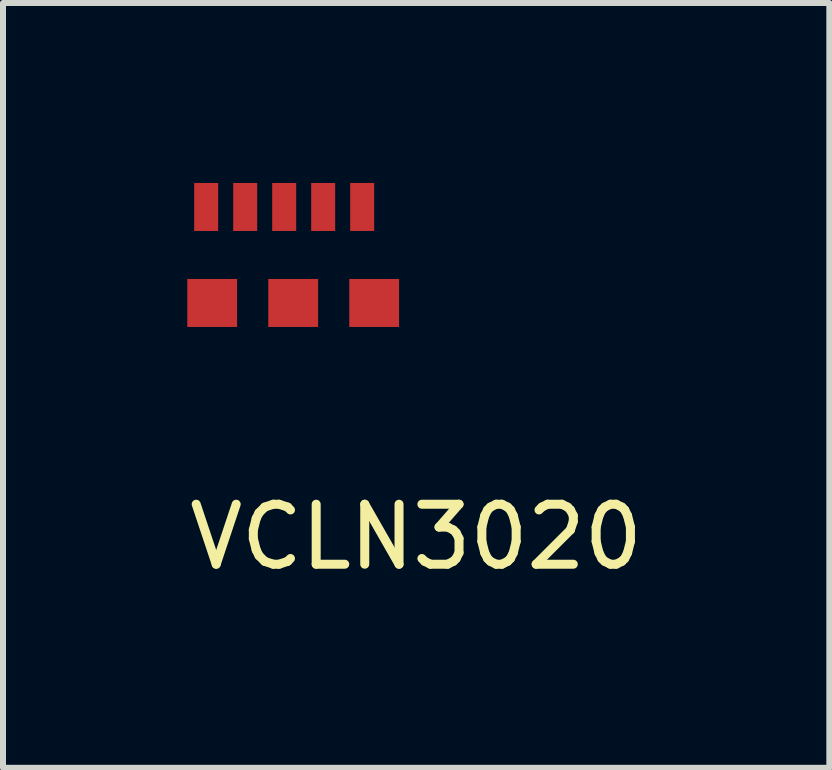
<source format=kicad_pcb>
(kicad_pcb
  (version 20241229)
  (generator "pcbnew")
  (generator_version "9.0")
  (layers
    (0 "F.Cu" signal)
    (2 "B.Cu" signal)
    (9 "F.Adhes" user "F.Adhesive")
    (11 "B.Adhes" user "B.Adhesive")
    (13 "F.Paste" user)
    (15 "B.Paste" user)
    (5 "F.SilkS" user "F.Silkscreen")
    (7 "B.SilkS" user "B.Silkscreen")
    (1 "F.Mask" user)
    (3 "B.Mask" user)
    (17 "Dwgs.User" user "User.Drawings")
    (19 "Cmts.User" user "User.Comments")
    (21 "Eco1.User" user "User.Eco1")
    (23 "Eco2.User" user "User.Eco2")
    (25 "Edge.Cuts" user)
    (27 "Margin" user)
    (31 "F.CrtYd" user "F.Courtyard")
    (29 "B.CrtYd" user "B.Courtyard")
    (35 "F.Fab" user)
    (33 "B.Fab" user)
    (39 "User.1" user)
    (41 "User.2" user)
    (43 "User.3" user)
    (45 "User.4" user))
  (footprint "VCLN3020"
    (layer "F.Cu")
    (at 3.887 1.4)
    (property "Reference" "VCLN3020" (at 0 4.5 0) (layer "F.SilkS") (effects (font (size 1 1) (thickness 0.15))))
    (attr through_hole)
    (pad "1" smd rect (at -3.4 0.6) (size 0.83 0.8) (layers "F.Cu" "F.Mask" "F.Paste"))
    (pad "2" smd rect (at -2.05 0.6) (size 0.83 0.8) (layers "F.Cu" "F.Mask" "F.Paste"))
    (pad "3" smd rect (at -0.7 0.6) (size 0.83 0.8) (layers "F.Cu" "F.Mask" "F.Paste"))
    (pad "4" smd rect (at -0.9 -1) (size 0.4 0.8) (layers "F.Cu" "F.Mask" "F.Paste"))
    (pad "5" smd rect (at -1.55 -1) (size 0.4 0.8) (layers "F.Cu" "F.Mask" "F.Paste"))
    (pad "6" smd rect (at -2.2 -1) (size 0.4 0.8) (layers "F.Cu" "F.Mask" "F.Paste"))
    (pad "7" smd rect (at -2.85 -1) (size 0.4 0.8) (layers "F.Cu" "F.Mask" "F.Paste"))
    (pad "8" smd rect (at -3.5 -1) (size 0.4 0.8) (layers "F.Cu" "F.Mask" "F.Paste")))
  (gr_rect
    (start -3 -3)
    (end 10.774 9.748)
    (stroke (width 0.1) (type default))
    (fill no)
    (layer "Edge.Cuts")))
</source>
